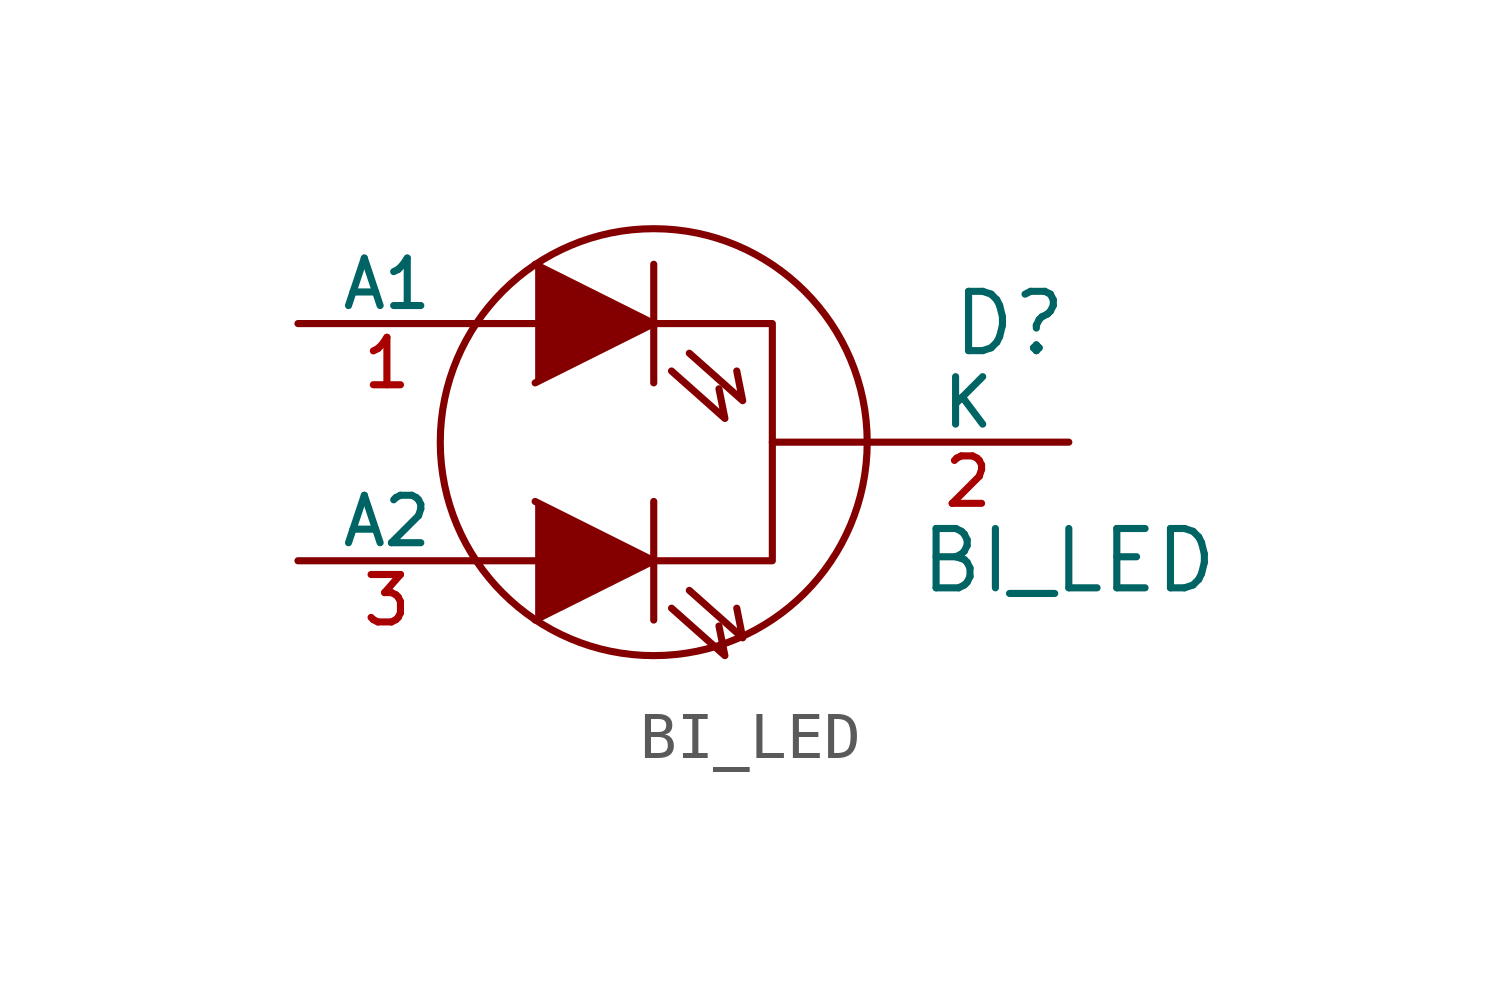
<source format=kicad_sym>
(kicad_symbol_lib
  (version 20220914)
  (generator kicad_symbol_editor)
  (symbol "BI_LED"
    (pin_names
      (offset 0))
    (property "Reference" "D"
      (at 7.62 2.54 0)
      (effects (font (size 1.27 1.27))))
    (property "Value" "BI_LED"
      (at 8.89 -2.54 0)
      (effects (font (size 1.27 1.27))))
    (symbol "BI_LED_0_1"
      (polyline (pts (xy -3.81 -2.54) (xy -2.54 -2.54)) (stroke (width 0) (type solid)) (fill (type none)))
      (polyline (pts (xy -3.81 2.54) (xy -2.54 2.54)) (stroke (width 0) (type solid)) (fill (type none)))
      (polyline (pts (xy 0 -1.27) (xy 0 -3.81)) (stroke (width 0) (type solid)) (fill (type none)))
      (polyline (pts (xy 0 3.81) (xy 0 1.27)) (stroke (width 0) (type solid)) (fill (type none)))
      (polyline (pts (xy 4.572 0) (xy 2.54 0)) (stroke (width 0) (type solid)) (fill (type none)))
      (polyline (pts (xy -2.54 -1.27) (xy 0 -2.54) (xy -2.54 -3.81)) (stroke (width 0) (type solid)) (fill (type outline)))
      (polyline (pts (xy -2.54 3.81) (xy 0 2.54) (xy -2.54 1.27)) (stroke (width 0) (type solid)) (fill (type outline)))
      (polyline (pts (xy 0.381 -3.556) (xy 1.524 -4.572) (xy 1.397 -3.937)) (stroke (width 0) (type solid)) (fill (type none)))
      (polyline (pts (xy 0.381 1.524) (xy 1.524 0.508) (xy 1.397 1.143)) (stroke (width 0) (type solid)) (fill (type none)))
      (polyline (pts (xy 0.762 -3.175) (xy 1.905 -4.191) (xy 1.778 -3.556)) (stroke (width 0) (type solid)) (fill (type none)))
      (polyline (pts (xy 0.762 1.905) (xy 1.905 0.889) (xy 1.778 1.524)) (stroke (width 0) (type solid)) (fill (type none)))
      (polyline (pts (xy 0 2.54) (xy 2.54 2.54) (xy 2.54 -2.54) (xy 0 -2.54)) (stroke (width 0) (type solid)) (fill (type none)))
      (circle (center 0 0) (radius 4.572) (stroke (width 0) (type solid)) (fill (type none))))
    (symbol "BI_LED_1_1"
      (pin input line (at -7.62 2.54 0) (length 3.81) (name "A1" (effects (font (size 1.016 1.016)))) (number "1" (effects (font (size 1.016 1.016)))))
      (pin input line (at 8.89 0 180) (length 4.318) (name "K" (effects (font (size 1.016 1.016)))) (number "2" (effects (font (size 1.016 1.016)))))
      (pin input line (at -7.62 -2.54 0) (length 3.81) (name "A2" (effects (font (size 1.016 1.016)))) (number "3" (effects (font (size 1.016 1.016))))))))
</source>
